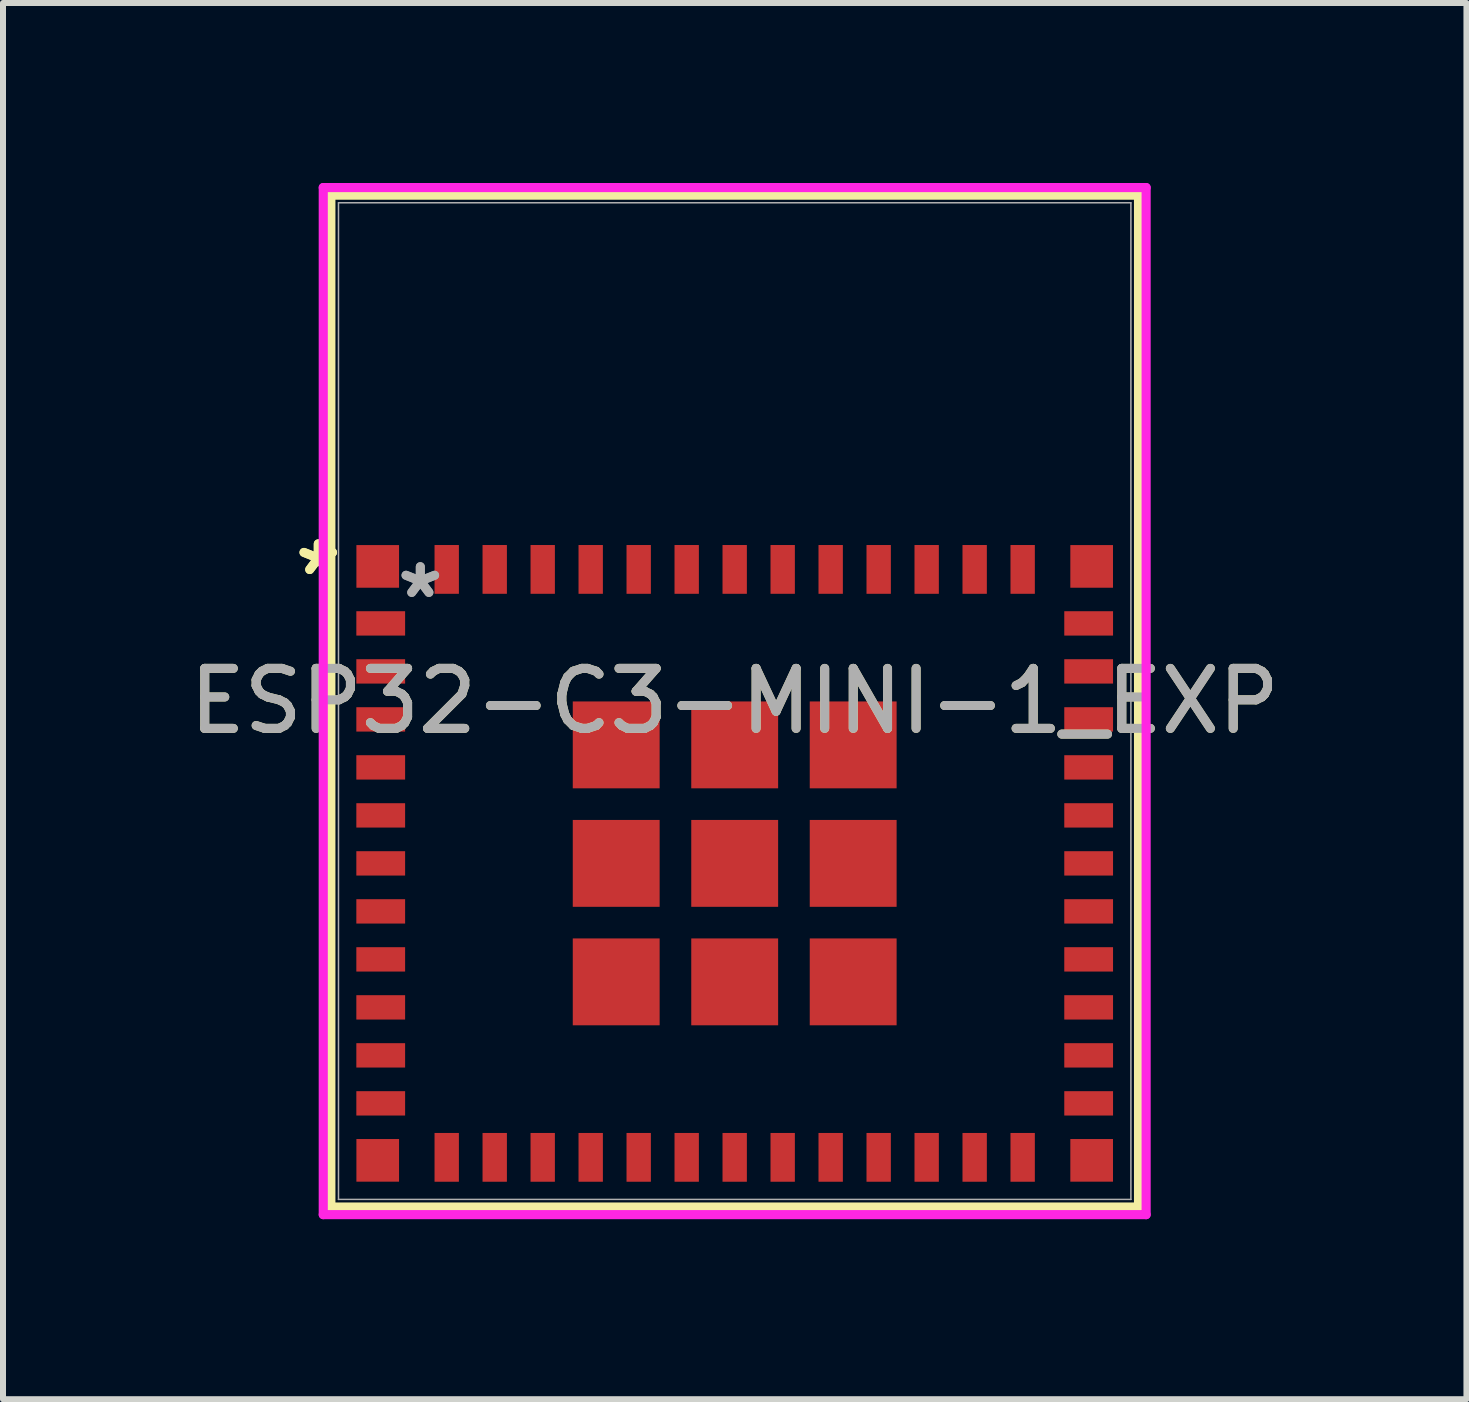
<source format=kicad_pcb>
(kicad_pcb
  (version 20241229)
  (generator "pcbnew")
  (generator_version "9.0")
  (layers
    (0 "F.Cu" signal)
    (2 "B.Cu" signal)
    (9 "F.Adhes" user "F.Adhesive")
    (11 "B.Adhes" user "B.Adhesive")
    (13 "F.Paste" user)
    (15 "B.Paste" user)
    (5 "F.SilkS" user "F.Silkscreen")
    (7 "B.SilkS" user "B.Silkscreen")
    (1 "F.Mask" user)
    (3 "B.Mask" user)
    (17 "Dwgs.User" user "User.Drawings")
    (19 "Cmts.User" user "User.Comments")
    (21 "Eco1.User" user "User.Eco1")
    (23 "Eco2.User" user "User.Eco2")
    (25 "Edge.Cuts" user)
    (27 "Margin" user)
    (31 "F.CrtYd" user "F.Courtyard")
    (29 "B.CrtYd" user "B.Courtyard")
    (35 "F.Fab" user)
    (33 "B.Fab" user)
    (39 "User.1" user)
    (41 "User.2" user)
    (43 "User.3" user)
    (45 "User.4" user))
  (footprint "ESP32-C3-MINI-1_EXP"
    (layer "F.Cu")
    (at 9.196 8.636)
    (property "Reference" "ESP32-C3-MINI-1_EXP" (at 0 0 0) (unlocked yes) (layer "F.SilkS") (effects (font (size 1 1) (thickness 0.15))))
    (attr smd)
    (fp_line (start -6.731 -8.433) (end 6.731 -8.433) (stroke (width 0.152) (type solid)) (layer "F.SilkS"))
    (fp_line (start -6.731 8.433) (end -6.731 -8.433) (stroke (width 0.152) (type solid)) (layer "F.SilkS"))
    (fp_line (start 6.731 -8.433) (end 6.731 8.433) (stroke (width 0.152) (type solid)) (layer "F.SilkS"))
    (fp_line (start 6.731 8.433) (end -6.731 8.433) (stroke (width 0.152) (type solid)) (layer "F.SilkS"))
    (fp_poly (pts (xy -6.604 -8.306) (xy -6.604 -2.896) (xy 6.604 -2.896) (xy 6.604 -8.306)) (stroke (width 0.1) (type solid)) (fill no) (layer "Eco2.User"))
    (fp_line (start -6.858 -8.56) (end -6.858 8.56) (stroke (width 0.152) (type solid)) (layer "F.CrtYd"))
    (fp_line (start -6.858 8.56) (end 6.858 8.56) (stroke (width 0.152) (type solid)) (layer "F.CrtYd"))
    (fp_line (start 6.858 -8.56) (end -6.858 -8.56) (stroke (width 0.152) (type solid)) (layer "F.CrtYd"))
    (fp_line (start 6.858 8.56) (end 6.858 -8.56) (stroke (width 0.152) (type solid)) (layer "F.CrtYd"))
    (fp_line (start -6.604 -8.306) (end -6.604 8.306) (stroke (width 0.025) (type solid)) (layer "F.Fab"))
    (fp_line (start -6.604 8.306) (end 6.604 8.306) (stroke (width 0.025) (type solid)) (layer "F.Fab"))
    (fp_line (start 6.604 -8.306) (end -6.604 -8.306) (stroke (width 0.025) (type solid)) (layer "F.Fab"))
    (fp_line (start 6.604 8.306) (end 6.604 -8.306) (stroke (width 0.025) (type solid)) (layer "F.Fab"))
    (fp_text user "*" (at -6.941 -2.076 0) (layer "F.SilkS") (effects (font (size 1 1) (thickness 0.15))))
    (fp_text user "*" (at -6.941 -2.076 0) (unlocked yes) (layer "F.SilkS") (effects (font (size 1 1) (thickness 0.15))))
    (fp_text user "*" (at -5.24 -1.695 0) (layer "F.Fab") (effects (font (size 1 1) (thickness 0.15))))
    (fp_text user "${REFERENCE}" (at 0 0 0) (unlocked yes) (layer "F.Fab") (effects (font (size 1 1) (thickness 0.15))))
    (fp_text user "*" (at -5.24 -1.695 0) (unlocked yes) (layer "F.Fab") (effects (font (size 1 1) (thickness 0.15))))
    (pad "1" smd rect (at -5.9 -1.295 90) (size 0.406 0.813) (layers "F.Cu" "F.Mask" "F.Paste"))
    (pad "2" smd rect (at -5.9 -0.495 90) (size 0.406 0.813) (layers "F.Cu" "F.Mask" "F.Paste"))
    (pad "3" smd rect (at -5.9 0.305 90) (size 0.406 0.813) (layers "F.Cu" "F.Mask" "F.Paste"))
    (pad "4" smd rect (at -5.9 1.105 90) (size 0.406 0.813) (layers "F.Cu" "F.Mask" "F.Paste"))
    (pad "5" smd rect (at -5.9 1.905 90) (size 0.406 0.813) (layers "F.Cu" "F.Mask" "F.Paste"))
    (pad "6" smd rect (at -5.9 2.705 90) (size 0.406 0.813) (layers "F.Cu" "F.Mask" "F.Paste"))
    (pad "7" smd rect (at -5.9 3.505 90) (size 0.406 0.813) (layers "F.Cu" "F.Mask" "F.Paste"))
    (pad "8" smd rect (at -5.9 4.305 90) (size 0.406 0.813) (layers "F.Cu" "F.Mask" "F.Paste"))
    (pad "9" smd rect (at -5.9 5.105 90) (size 0.406 0.813) (layers "F.Cu" "F.Mask" "F.Paste"))
    (pad "10" smd rect (at -5.9 5.905 90) (size 0.406 0.813) (layers "F.Cu" "F.Mask" "F.Paste"))
    (pad "11" smd rect (at -5.9 6.705 90) (size 0.406 0.813) (layers "F.Cu" "F.Mask" "F.Paste"))
    (pad "12" smd rect (at -4.8 7.605) (size 0.406 0.813) (layers "F.Cu" "F.Mask" "F.Paste"))
    (pad "13" smd rect (at -4 7.605) (size 0.406 0.813) (layers "F.Cu" "F.Mask" "F.Paste"))
    (pad "14" smd rect (at -3.2 7.605) (size 0.406 0.813) (layers "F.Cu" "F.Mask" "F.Paste"))
    (pad "15" smd rect (at -2.4 7.605) (size 0.406 0.813) (layers "F.Cu" "F.Mask" "F.Paste"))
    (pad "16" smd rect (at -1.6 7.605) (size 0.406 0.813) (layers "F.Cu" "F.Mask" "F.Paste"))
    (pad "17" smd rect (at -0.8 7.605) (size 0.406 0.813) (layers "F.Cu" "F.Mask" "F.Paste"))
    (pad "18" smd rect (at 0 7.605) (size 0.406 0.813) (layers "F.Cu" "F.Mask" "F.Paste"))
    (pad "19" smd rect (at 0.8 7.605) (size 0.406 0.813) (layers "F.Cu" "F.Mask" "F.Paste"))
    (pad "20" smd rect (at 1.6 7.605) (size 0.406 0.813) (layers "F.Cu" "F.Mask" "F.Paste"))
    (pad "21" smd rect (at 2.4 7.605) (size 0.406 0.813) (layers "F.Cu" "F.Mask" "F.Paste"))
    (pad "22" smd rect (at 3.2 7.605) (size 0.406 0.813) (layers "F.Cu" "F.Mask" "F.Paste"))
    (pad "23" smd rect (at 4 7.605) (size 0.406 0.813) (layers "F.Cu" "F.Mask" "F.Paste"))
    (pad "24" smd rect (at 4.8 7.605) (size 0.406 0.813) (layers "F.Cu" "F.Mask" "F.Paste"))
    (pad "25" smd rect (at 5.9 6.705 90) (size 0.406 0.813) (layers "F.Cu" "F.Mask" "F.Paste"))
    (pad "26" smd rect (at 5.9 5.905 90) (size 0.406 0.813) (layers "F.Cu" "F.Mask" "F.Paste"))
    (pad "27" smd rect (at 5.9 5.105 90) (size 0.406 0.813) (layers "F.Cu" "F.Mask" "F.Paste"))
    (pad "28" smd rect (at 5.9 4.305 90) (size 0.406 0.813) (layers "F.Cu" "F.Mask" "F.Paste"))
    (pad "29" smd rect (at 5.9 3.505 90) (size 0.406 0.813) (layers "F.Cu" "F.Mask" "F.Paste"))
    (pad "30" smd rect (at 5.9 2.705 90) (size 0.406 0.813) (layers "F.Cu" "F.Mask" "F.Paste"))
    (pad "31" smd rect (at 5.9 1.905 90) (size 0.406 0.813) (layers "F.Cu" "F.Mask" "F.Paste"))
    (pad "32" smd rect (at 5.9 1.105 90) (size 0.406 0.813) (layers "F.Cu" "F.Mask" "F.Paste"))
    (pad "33" smd rect (at 5.9 0.305 90) (size 0.406 0.813) (layers "F.Cu" "F.Mask" "F.Paste"))
    (pad "34" smd rect (at 5.9 -0.495 90) (size 0.406 0.813) (layers "F.Cu" "F.Mask" "F.Paste"))
    (pad "35" smd rect (at 5.9 -1.295 90) (size 0.406 0.813) (layers "F.Cu" "F.Mask" "F.Paste"))
    (pad "36" smd rect (at 4.8 -2.195) (size 0.406 0.813) (layers "F.Cu" "F.Mask" "F.Paste"))
    (pad "37" smd rect (at 4 -2.195) (size 0.406 0.813) (layers "F.Cu" "F.Mask" "F.Paste"))
    (pad "38" smd rect (at 3.2 -2.195) (size 0.406 0.813) (layers "F.Cu" "F.Mask" "F.Paste"))
    (pad "39" smd rect (at 2.4 -2.195) (size 0.406 0.813) (layers "F.Cu" "F.Mask" "F.Paste"))
    (pad "40" smd rect (at 1.6 -2.195) (size 0.406 0.813) (layers "F.Cu" "F.Mask" "F.Paste"))
    (pad "41" smd rect (at 0.8 -2.195) (size 0.406 0.813) (layers "F.Cu" "F.Mask" "F.Paste"))
    (pad "42" smd rect (at 0 -2.195) (size 0.406 0.813) (layers "F.Cu" "F.Mask" "F.Paste"))
    (pad "43" smd rect (at -0.8 -2.195) (size 0.406 0.813) (layers "F.Cu" "F.Mask" "F.Paste"))
    (pad "44" smd rect (at -1.6 -2.195) (size 0.406 0.813) (layers "F.Cu" "F.Mask" "F.Paste"))
    (pad "45" smd rect (at -2.4 -2.195) (size 0.406 0.813) (layers "F.Cu" "F.Mask" "F.Paste"))
    (pad "46" smd rect (at -3.2 -2.195) (size 0.406 0.813) (layers "F.Cu" "F.Mask" "F.Paste"))
    (pad "47" smd rect (at -4 -2.195) (size 0.406 0.813) (layers "F.Cu" "F.Mask" "F.Paste"))
    (pad "48" smd rect (at -4.8 -2.195) (size 0.406 0.813) (layers "F.Cu" "F.Mask" "F.Paste"))
    (pad "49" smd rect (at 0 2.705 90) (size 1.448 1.448) (layers "F.Cu" "F.Mask" "F.Paste"))
    (pad "50" smd rect (at 5.95 -2.245 90) (size 0.711 0.711) (layers "F.Cu" "F.Mask" "F.Paste"))
    (pad "51" smd rect (at 5.95 7.655 90) (size 0.711 0.711) (layers "F.Cu" "F.Mask" "F.Paste"))
    (pad "52" smd rect (at -5.95 7.655 90) (size 0.711 0.711) (layers "F.Cu" "F.Mask" "F.Paste"))
    (pad "53" smd rect (at -5.95 -2.245 90) (size 0.711 0.711) (layers "F.Cu" "F.Mask" "F.Paste"))
    (pad "54" smd rect (at 1.975 0.73 90) (size 1.448 1.448) (layers "F.Cu" "F.Mask" "F.Paste"))
    (pad "55" smd rect (at 1.975 2.705 90) (size 1.448 1.448) (layers "F.Cu" "F.Mask" "F.Paste"))
    (pad "56" smd rect (at 1.975 4.68 90) (size 1.448 1.448) (layers "F.Cu" "F.Mask" "F.Paste"))
    (pad "57" smd rect (at 0 4.68 90) (size 1.448 1.448) (layers "F.Cu" "F.Mask" "F.Paste"))
    (pad "58" smd rect (at -1.975 4.68 90) (size 1.448 1.448) (layers "F.Cu" "F.Mask" "F.Paste"))
    (pad "59" smd rect (at -1.975 2.705 90) (size 1.448 1.448) (layers "F.Cu" "F.Mask" "F.Paste"))
    (pad "60" smd rect (at -1.975 0.73 90) (size 1.448 1.448) (layers "F.Cu" "F.Mask" "F.Paste"))
    (pad "61" smd rect (at 0 0.73 90) (size 1.448 1.448) (layers "F.Cu" "F.Mask" "F.Paste")))
  (gr_rect
    (start -3 -3)
    (end 21.393 20.272)
    (stroke (width 0.1) (type default))
    (fill no)
    (layer "Edge.Cuts")))
</source>
